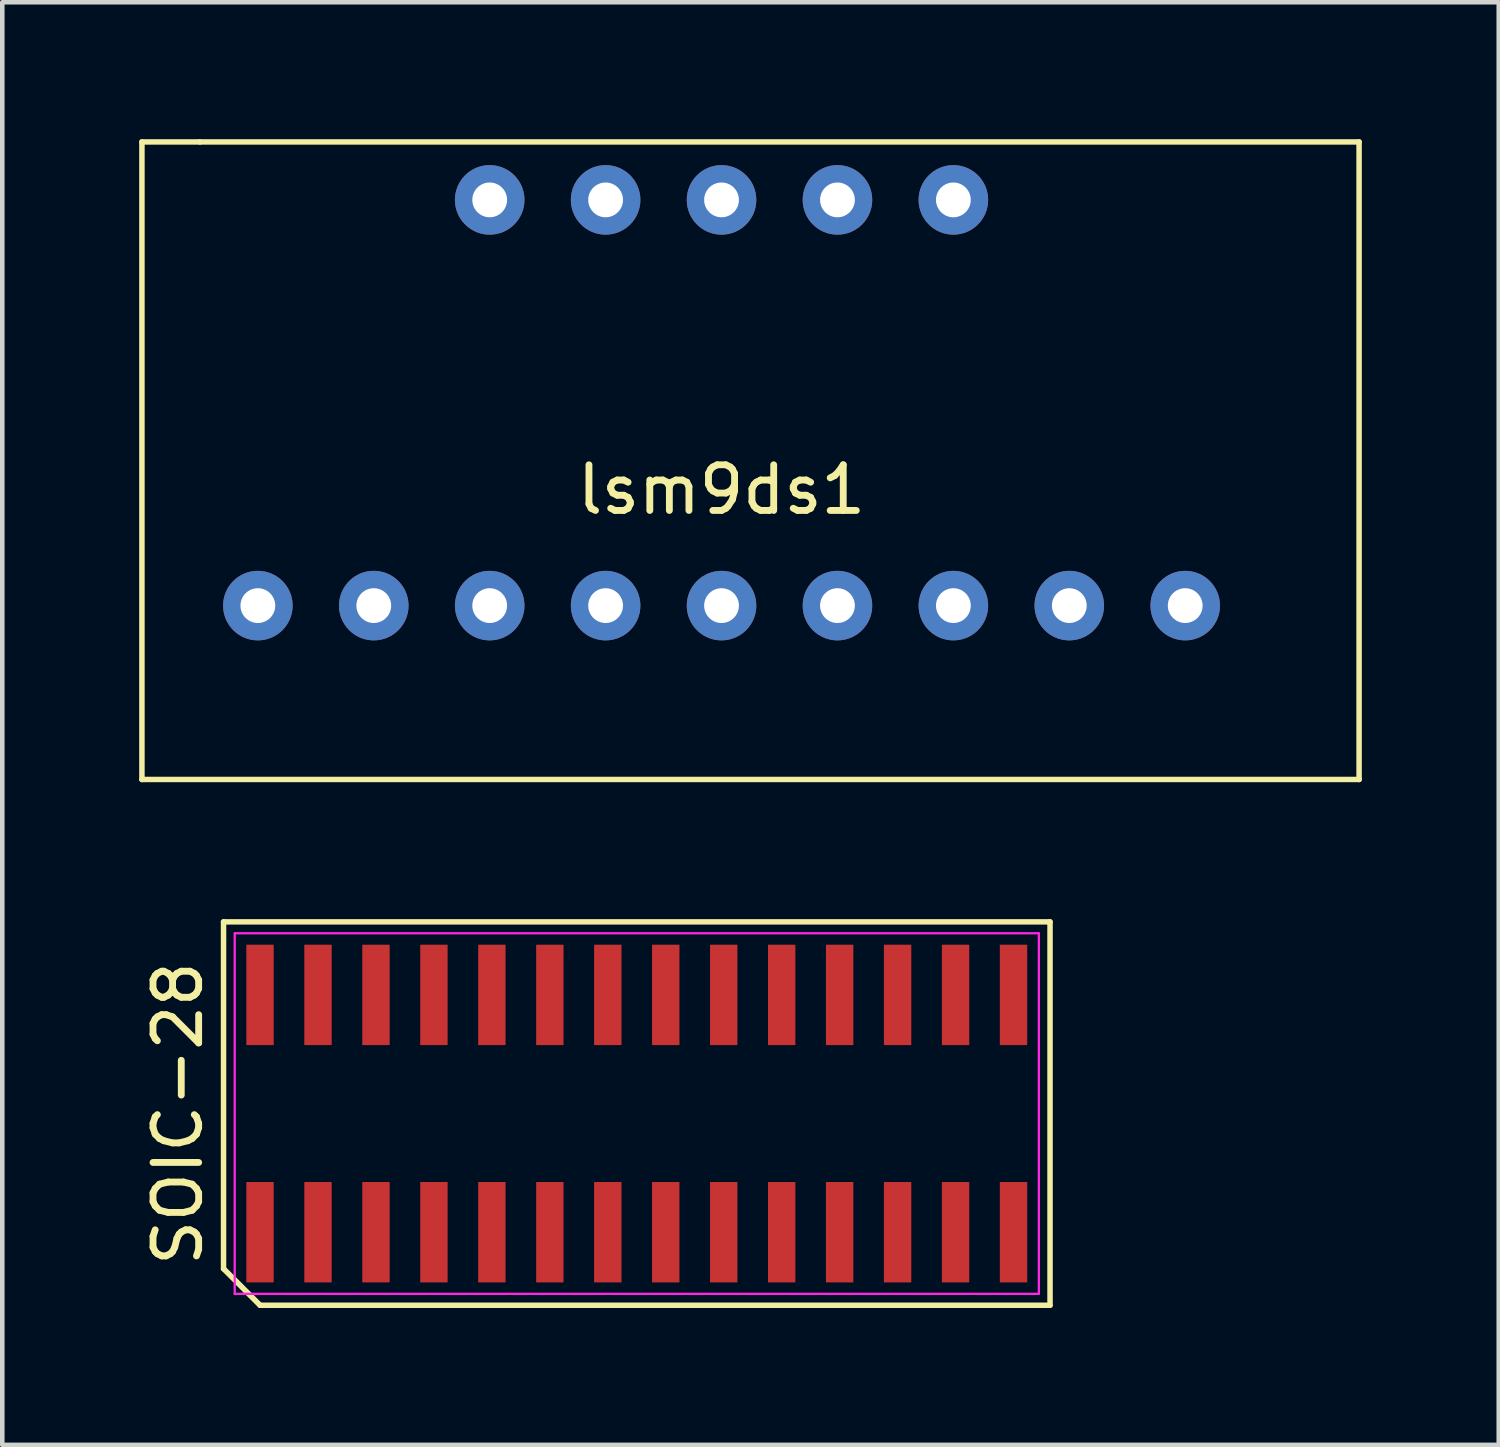
<source format=kicad_pcb>
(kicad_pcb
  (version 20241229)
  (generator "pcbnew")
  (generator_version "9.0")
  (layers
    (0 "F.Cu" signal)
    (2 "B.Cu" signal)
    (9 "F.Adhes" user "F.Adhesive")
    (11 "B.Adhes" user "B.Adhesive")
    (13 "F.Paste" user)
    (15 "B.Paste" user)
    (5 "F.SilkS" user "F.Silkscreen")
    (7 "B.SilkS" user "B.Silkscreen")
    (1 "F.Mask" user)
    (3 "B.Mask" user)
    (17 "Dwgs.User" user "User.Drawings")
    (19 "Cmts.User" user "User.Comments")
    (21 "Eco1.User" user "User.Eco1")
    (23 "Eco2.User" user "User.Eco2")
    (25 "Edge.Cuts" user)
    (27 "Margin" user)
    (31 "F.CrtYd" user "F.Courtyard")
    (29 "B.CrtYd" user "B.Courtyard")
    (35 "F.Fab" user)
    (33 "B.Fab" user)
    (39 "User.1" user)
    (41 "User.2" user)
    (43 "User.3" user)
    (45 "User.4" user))
  (footprint "lsm9ds1"
    (layer "F.Cu")
    (at 12.76 8.95)
    (property "Reference" "lsm9ds1" (at 0 -1.27 0) (layer "F.SilkS") (effects (font (size 1 1) (thickness 0.15))))
    (attr through_hole)
    (fp_line (start -12.7 -8.89) (end -11.43 -8.89) (stroke (width 0.12) (type solid)) (layer "F.SilkS"))
    (fp_line (start -12.7 5.08) (end -12.7 -8.89) (stroke (width 0.12) (type solid)) (layer "F.SilkS"))
    (fp_line (start -11.43 -8.89) (end 13.97 -8.89) (stroke (width 0.12) (type solid)) (layer "F.SilkS"))
    (fp_line (start 13.97 -8.89) (end 13.97 5.08) (stroke (width 0.12) (type solid)) (layer "F.SilkS"))
    (fp_line (start 13.97 5.08) (end -12.7 5.08) (stroke (width 0.12) (type solid)) (layer "F.SilkS"))
    (pad "1" thru_hole circle (at -10.16 1.27) (size 1.524 1.524) (drill 0.762) (layers "*.Cu" "*.Mask"))
    (pad "2" thru_hole circle (at -7.62 1.27) (size 1.524 1.524) (drill 0.762) (layers "*.Cu" "*.Mask"))
    (pad "3" thru_hole circle (at -5.08 1.27) (size 1.524 1.524) (drill 0.762) (layers "*.Cu" "*.Mask"))
    (pad "4" thru_hole circle (at -2.54 1.27) (size 1.524 1.524) (drill 0.762) (layers "*.Cu" "*.Mask"))
    (pad "5" thru_hole circle (at 0 1.27) (size 1.524 1.524) (drill 0.762) (layers "*.Cu" "*.Mask"))
    (pad "6" thru_hole circle (at 2.54 1.27) (size 1.524 1.524) (drill 0.762) (layers "*.Cu" "*.Mask"))
    (pad "7" thru_hole circle (at 5.08 1.27) (size 1.524 1.524) (drill 0.762) (layers "*.Cu" "*.Mask"))
    (pad "8" thru_hole circle (at 7.62 1.27) (size 1.524 1.524) (drill 0.762) (layers "*.Cu" "*.Mask"))
    (pad "9" thru_hole circle (at 10.16 1.27) (size 1.524 1.524) (drill 0.762) (layers "*.Cu" "*.Mask"))
    (pad "10" thru_hole circle (at -5.08 -7.62) (size 1.524 1.524) (drill 0.762) (layers "*.Cu" "*.Mask"))
    (pad "11" thru_hole circle (at -2.54 -7.62) (size 1.524 1.524) (drill 0.762) (layers "*.Cu" "*.Mask"))
    (pad "12" thru_hole circle (at 0 -7.62) (size 1.524 1.524) (drill 0.762) (layers "*.Cu" "*.Mask"))
    (pad "13" thru_hole circle (at 2.54 -7.62) (size 1.524 1.524) (drill 0.762) (layers "*.Cu" "*.Mask"))
    (pad "14" thru_hole circle (at 5.08 -7.62) (size 1.524 1.524) (drill 0.762) (layers "*.Cu" "*.Mask")))
  (footprint "SOIC-28"
    (layer "F.Cu")
    (at 10.903 21.35)
    (property "Reference" "SOIC-28" (at -10.055 0 90) (layer "F.SilkS") (effects (font (size 1 1) (thickness 0.15))))
    (attr smd)
    (fp_line (start -9.055 -4.2) (end 9.055 -4.2) (stroke (width 0.12) (type solid)) (layer "F.SilkS"))
    (fp_line (start -9.055 3.4) (end -9.055 -4.2) (stroke (width 0.12) (type solid)) (layer "F.SilkS"))
    (fp_line (start -8.255 4.2) (end -9.055 3.4) (stroke (width 0.12) (type solid)) (layer "F.SilkS"))
    (fp_line (start 9.055 -4.2) (end 9.055 4.2) (stroke (width 0.12) (type solid)) (layer "F.SilkS"))
    (fp_line (start 9.055 4.2) (end -8.255 4.2) (stroke (width 0.12) (type solid)) (layer "F.SilkS"))
    (fp_line (start -8.81 -3.95) (end 8.81 -3.95) (stroke (width 0.05) (type solid)) (layer "F.CrtYd"))
    (fp_line (start -8.81 3.95) (end -8.81 -3.95) (stroke (width 0.05) (type solid)) (layer "F.CrtYd"))
    (fp_line (start 8.81 -3.95) (end 8.81 3.95) (stroke (width 0.05) (type solid)) (layer "F.CrtYd"))
    (fp_line (start 8.81 3.95) (end -8.81 3.95) (stroke (width 0.05) (type solid)) (layer "F.CrtYd"))
    (pad "1" smd rect (at -8.255 2.6) (size 0.6 2.2) (layers "F.Cu" "F.Mask" "F.Paste"))
    (pad "2" smd rect (at -6.985 2.6) (size 0.6 2.2) (layers "F.Cu" "F.Mask" "F.Paste"))
    (pad "3" smd rect (at -5.715 2.6) (size 0.6 2.2) (layers "F.Cu" "F.Mask" "F.Paste"))
    (pad "4" smd rect (at -4.445 2.6) (size 0.6 2.2) (layers "F.Cu" "F.Mask" "F.Paste"))
    (pad "5" smd rect (at -3.175 2.6) (size 0.6 2.2) (layers "F.Cu" "F.Mask" "F.Paste"))
    (pad "6" smd rect (at -1.905 2.6) (size 0.6 2.2) (layers "F.Cu" "F.Mask" "F.Paste"))
    (pad "7" smd rect (at -0.635 2.6) (size 0.6 2.2) (layers "F.Cu" "F.Mask" "F.Paste"))
    (pad "8" smd rect (at 0.635 2.6) (size 0.6 2.2) (layers "F.Cu" "F.Mask" "F.Paste"))
    (pad "9" smd rect (at 1.905 2.6) (size 0.6 2.2) (layers "F.Cu" "F.Mask" "F.Paste"))
    (pad "10" smd rect (at 3.175 2.6) (size 0.6 2.2) (layers "F.Cu" "F.Mask" "F.Paste"))
    (pad "11" smd rect (at 4.445 2.6) (size 0.6 2.2) (layers "F.Cu" "F.Mask" "F.Paste"))
    (pad "12" smd rect (at 5.715 2.6) (size 0.6 2.2) (layers "F.Cu" "F.Mask" "F.Paste"))
    (pad "13" smd rect (at 6.985 2.6) (size 0.6 2.2) (layers "F.Cu" "F.Mask" "F.Paste"))
    (pad "14" smd rect (at 8.255 2.6) (size 0.6 2.2) (layers "F.Cu" "F.Mask" "F.Paste"))
    (pad "15" smd rect (at 8.255 -2.6) (size 0.6 2.2) (layers "F.Cu" "F.Mask" "F.Paste"))
    (pad "16" smd rect (at 6.985 -2.6) (size 0.6 2.2) (layers "F.Cu" "F.Mask" "F.Paste"))
    (pad "17" smd rect (at 5.715 -2.6) (size 0.6 2.2) (layers "F.Cu" "F.Mask" "F.Paste"))
    (pad "18" smd rect (at 4.445 -2.6) (size 0.6 2.2) (layers "F.Cu" "F.Mask" "F.Paste"))
    (pad "19" smd rect (at 3.175 -2.6) (size 0.6 2.2) (layers "F.Cu" "F.Mask" "F.Paste"))
    (pad "20" smd rect (at 1.905 -2.6) (size 0.6 2.2) (layers "F.Cu" "F.Mask" "F.Paste"))
    (pad "21" smd rect (at 0.635 -2.6) (size 0.6 2.2) (layers "F.Cu" "F.Mask" "F.Paste"))
    (pad "22" smd rect (at -0.635 -2.6) (size 0.6 2.2) (layers "F.Cu" "F.Mask" "F.Paste"))
    (pad "23" smd rect (at -1.905 -2.6) (size 0.6 2.2) (layers "F.Cu" "F.Mask" "F.Paste"))
    (pad "24" smd rect (at -3.175 -2.6) (size 0.6 2.2) (layers "F.Cu" "F.Mask" "F.Paste"))
    (pad "25" smd rect (at -4.445 -2.6) (size 0.6 2.2) (layers "F.Cu" "F.Mask" "F.Paste"))
    (pad "26" smd rect (at -5.715 -2.6) (size 0.6 2.2) (layers "F.Cu" "F.Mask" "F.Paste"))
    (pad "27" smd rect (at -6.985 -2.6) (size 0.6 2.2) (layers "F.Cu" "F.Mask" "F.Paste"))
    (pad "28" smd rect (at -8.255 -2.6) (size 0.6 2.2) (layers "F.Cu" "F.Mask" "F.Paste")))
  (gr_rect
    (start -3 -3)
    (end 29.79 28.61)
    (stroke (width 0.1) (type default))
    (fill no)
    (layer "Edge.Cuts")))
</source>
